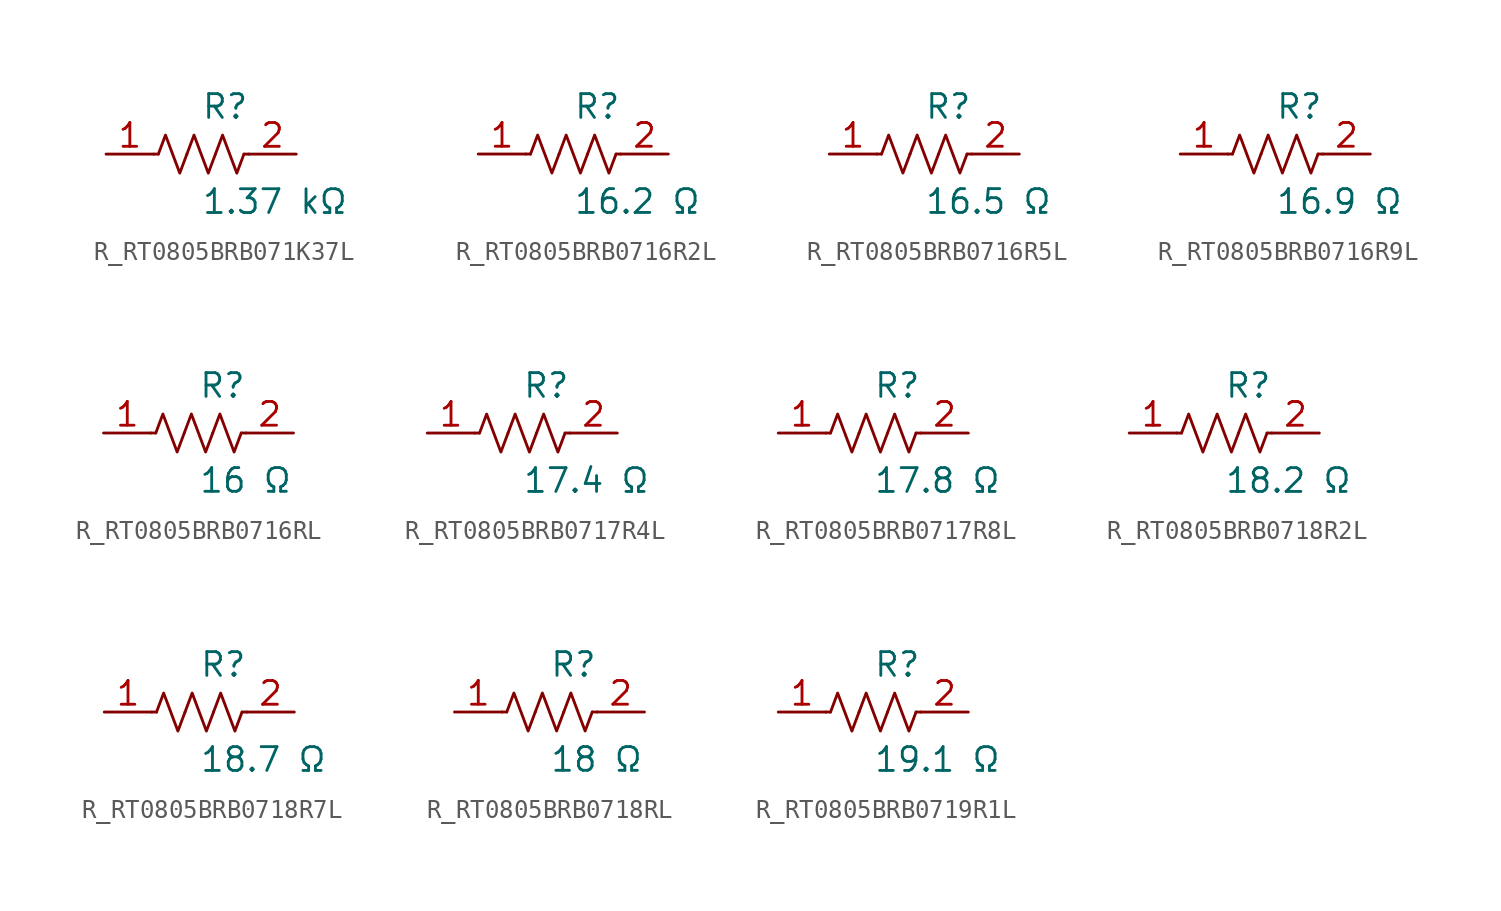
<source format=kicad_sym>
(kicad_symbol_lib
  (version 20231120)
  (generator kicad_symbol_editor)
  (generator_version 8.0)
  (symbol "R_RT0805BRB071K37L"
    (pin_names
      (offset 0.254))
    (property "Reference" "R"
      (at 0.0 2.54 0)
      (effects (font (size 1.27 1.27)) (justify left)))
    (property "Value" "1.37 kΩ"
      (at 0.0 -2.54 0)
      (effects (font (size 1.27 1.27)) (justify left)))
    (symbol "R_RT0805BRB071K37L_0_1"
      (polyline (pts (xy 2.286 0) (xy 2.54 0)) (stroke (width 0) (type default)) (fill (type none)))
      (polyline (pts (xy -2.286 0) (xy -2.54 0)) (stroke (width 0) (type default)) (fill (type none)))
      (polyline (pts (xy 0.762 0) (xy 1.143 1.016) (xy 1.524 0) (xy 1.905 -1.016) (xy 2.286 0)) (stroke (width 0) (type default)) (fill (type none)))
      (polyline (pts (xy -0.762 0) (xy -0.381 1.016) (xy 0 0) (xy 0.381 -1.016) (xy 0.762 0)) (stroke (width 0) (type default)) (fill (type none)))
      (polyline (pts (xy -2.286 0) (xy -1.905 1.016) (xy -1.524 0) (xy -1.143 -1.016) (xy -0.762 0)) (stroke (width 0) (type default)) (fill (type none))))
    (pin unspecified line
      (at -5.08 0 0)
      (length 2.54)
      (name "" (effects (font (size 1.27 1.27))))
      (number "1" (effects (font (size 1.27 1.27)))))
    (pin unspecified line
      (at 5.08 0 180)
      (length 2.54)
      (name "" (effects (font (size 1.27 1.27))))
      (number "2" (effects (font (size 1.27 1.27))))))
  (symbol "R_RT0805BRB0716R2L"
    (pin_names
      (offset 0.254))
    (property "Reference" "R"
      (at 0.0 2.54 0)
      (effects (font (size 1.27 1.27)) (justify left)))
    (property "Value" "16.2 Ω"
      (at 0.0 -2.54 0)
      (effects (font (size 1.27 1.27)) (justify left)))
    (symbol "R_RT0805BRB0716R2L_0_1"
      (polyline (pts (xy 2.286 0) (xy 2.54 0)) (stroke (width 0) (type default)) (fill (type none)))
      (polyline (pts (xy -2.286 0) (xy -2.54 0)) (stroke (width 0) (type default)) (fill (type none)))
      (polyline (pts (xy 0.762 0) (xy 1.143 1.016) (xy 1.524 0) (xy 1.905 -1.016) (xy 2.286 0)) (stroke (width 0) (type default)) (fill (type none)))
      (polyline (pts (xy -0.762 0) (xy -0.381 1.016) (xy 0 0) (xy 0.381 -1.016) (xy 0.762 0)) (stroke (width 0) (type default)) (fill (type none)))
      (polyline (pts (xy -2.286 0) (xy -1.905 1.016) (xy -1.524 0) (xy -1.143 -1.016) (xy -0.762 0)) (stroke (width 0) (type default)) (fill (type none))))
    (pin unspecified line
      (at -5.08 0 0)
      (length 2.54)
      (name "" (effects (font (size 1.27 1.27))))
      (number "1" (effects (font (size 1.27 1.27)))))
    (pin unspecified line
      (at 5.08 0 180)
      (length 2.54)
      (name "" (effects (font (size 1.27 1.27))))
      (number "2" (effects (font (size 1.27 1.27))))))
  (symbol "R_RT0805BRB0716R5L"
    (pin_names
      (offset 0.254))
    (property "Reference" "R"
      (at 0.0 2.54 0)
      (effects (font (size 1.27 1.27)) (justify left)))
    (property "Value" "16.5 Ω"
      (at 0.0 -2.54 0)
      (effects (font (size 1.27 1.27)) (justify left)))
    (symbol "R_RT0805BRB0716R5L_0_1"
      (polyline (pts (xy 2.286 0) (xy 2.54 0)) (stroke (width 0) (type default)) (fill (type none)))
      (polyline (pts (xy -2.286 0) (xy -2.54 0)) (stroke (width 0) (type default)) (fill (type none)))
      (polyline (pts (xy 0.762 0) (xy 1.143 1.016) (xy 1.524 0) (xy 1.905 -1.016) (xy 2.286 0)) (stroke (width 0) (type default)) (fill (type none)))
      (polyline (pts (xy -0.762 0) (xy -0.381 1.016) (xy 0 0) (xy 0.381 -1.016) (xy 0.762 0)) (stroke (width 0) (type default)) (fill (type none)))
      (polyline (pts (xy -2.286 0) (xy -1.905 1.016) (xy -1.524 0) (xy -1.143 -1.016) (xy -0.762 0)) (stroke (width 0) (type default)) (fill (type none))))
    (pin unspecified line
      (at -5.08 0 0)
      (length 2.54)
      (name "" (effects (font (size 1.27 1.27))))
      (number "1" (effects (font (size 1.27 1.27)))))
    (pin unspecified line
      (at 5.08 0 180)
      (length 2.54)
      (name "" (effects (font (size 1.27 1.27))))
      (number "2" (effects (font (size 1.27 1.27))))))
  (symbol "R_RT0805BRB0716R9L"
    (pin_names
      (offset 0.254))
    (property "Reference" "R"
      (at 0.0 2.54 0)
      (effects (font (size 1.27 1.27)) (justify left)))
    (property "Value" "16.9 Ω"
      (at 0.0 -2.54 0)
      (effects (font (size 1.27 1.27)) (justify left)))
    (symbol "R_RT0805BRB0716R9L_0_1"
      (polyline (pts (xy 2.286 0) (xy 2.54 0)) (stroke (width 0) (type default)) (fill (type none)))
      (polyline (pts (xy -2.286 0) (xy -2.54 0)) (stroke (width 0) (type default)) (fill (type none)))
      (polyline (pts (xy 0.762 0) (xy 1.143 1.016) (xy 1.524 0) (xy 1.905 -1.016) (xy 2.286 0)) (stroke (width 0) (type default)) (fill (type none)))
      (polyline (pts (xy -0.762 0) (xy -0.381 1.016) (xy 0 0) (xy 0.381 -1.016) (xy 0.762 0)) (stroke (width 0) (type default)) (fill (type none)))
      (polyline (pts (xy -2.286 0) (xy -1.905 1.016) (xy -1.524 0) (xy -1.143 -1.016) (xy -0.762 0)) (stroke (width 0) (type default)) (fill (type none))))
    (pin unspecified line
      (at -5.08 0 0)
      (length 2.54)
      (name "" (effects (font (size 1.27 1.27))))
      (number "1" (effects (font (size 1.27 1.27)))))
    (pin unspecified line
      (at 5.08 0 180)
      (length 2.54)
      (name "" (effects (font (size 1.27 1.27))))
      (number "2" (effects (font (size 1.27 1.27))))))
  (symbol "R_RT0805BRB0716RL"
    (pin_names
      (offset 0.254))
    (property "Reference" "R"
      (at 0.0 2.54 0)
      (effects (font (size 1.27 1.27)) (justify left)))
    (property "Value" "16 Ω"
      (at 0.0 -2.54 0)
      (effects (font (size 1.27 1.27)) (justify left)))
    (symbol "R_RT0805BRB0716RL_0_1"
      (polyline (pts (xy 2.286 0) (xy 2.54 0)) (stroke (width 0) (type default)) (fill (type none)))
      (polyline (pts (xy -2.286 0) (xy -2.54 0)) (stroke (width 0) (type default)) (fill (type none)))
      (polyline (pts (xy 0.762 0) (xy 1.143 1.016) (xy 1.524 0) (xy 1.905 -1.016) (xy 2.286 0)) (stroke (width 0) (type default)) (fill (type none)))
      (polyline (pts (xy -0.762 0) (xy -0.381 1.016) (xy 0 0) (xy 0.381 -1.016) (xy 0.762 0)) (stroke (width 0) (type default)) (fill (type none)))
      (polyline (pts (xy -2.286 0) (xy -1.905 1.016) (xy -1.524 0) (xy -1.143 -1.016) (xy -0.762 0)) (stroke (width 0) (type default)) (fill (type none))))
    (pin unspecified line
      (at -5.08 0 0)
      (length 2.54)
      (name "" (effects (font (size 1.27 1.27))))
      (number "1" (effects (font (size 1.27 1.27)))))
    (pin unspecified line
      (at 5.08 0 180)
      (length 2.54)
      (name "" (effects (font (size 1.27 1.27))))
      (number "2" (effects (font (size 1.27 1.27))))))
  (symbol "R_RT0805BRB0717R4L"
    (pin_names
      (offset 0.254))
    (property "Reference" "R"
      (at 0.0 2.54 0)
      (effects (font (size 1.27 1.27)) (justify left)))
    (property "Value" "17.4 Ω"
      (at 0.0 -2.54 0)
      (effects (font (size 1.27 1.27)) (justify left)))
    (symbol "R_RT0805BRB0717R4L_0_1"
      (polyline (pts (xy 2.286 0) (xy 2.54 0)) (stroke (width 0) (type default)) (fill (type none)))
      (polyline (pts (xy -2.286 0) (xy -2.54 0)) (stroke (width 0) (type default)) (fill (type none)))
      (polyline (pts (xy 0.762 0) (xy 1.143 1.016) (xy 1.524 0) (xy 1.905 -1.016) (xy 2.286 0)) (stroke (width 0) (type default)) (fill (type none)))
      (polyline (pts (xy -0.762 0) (xy -0.381 1.016) (xy 0 0) (xy 0.381 -1.016) (xy 0.762 0)) (stroke (width 0) (type default)) (fill (type none)))
      (polyline (pts (xy -2.286 0) (xy -1.905 1.016) (xy -1.524 0) (xy -1.143 -1.016) (xy -0.762 0)) (stroke (width 0) (type default)) (fill (type none))))
    (pin unspecified line
      (at -5.08 0 0)
      (length 2.54)
      (name "" (effects (font (size 1.27 1.27))))
      (number "1" (effects (font (size 1.27 1.27)))))
    (pin unspecified line
      (at 5.08 0 180)
      (length 2.54)
      (name "" (effects (font (size 1.27 1.27))))
      (number "2" (effects (font (size 1.27 1.27))))))
  (symbol "R_RT0805BRB0717R8L"
    (pin_names
      (offset 0.254))
    (property "Reference" "R"
      (at 0.0 2.54 0)
      (effects (font (size 1.27 1.27)) (justify left)))
    (property "Value" "17.8 Ω"
      (at 0.0 -2.54 0)
      (effects (font (size 1.27 1.27)) (justify left)))
    (symbol "R_RT0805BRB0717R8L_0_1"
      (polyline (pts (xy 2.286 0) (xy 2.54 0)) (stroke (width 0) (type default)) (fill (type none)))
      (polyline (pts (xy -2.286 0) (xy -2.54 0)) (stroke (width 0) (type default)) (fill (type none)))
      (polyline (pts (xy 0.762 0) (xy 1.143 1.016) (xy 1.524 0) (xy 1.905 -1.016) (xy 2.286 0)) (stroke (width 0) (type default)) (fill (type none)))
      (polyline (pts (xy -0.762 0) (xy -0.381 1.016) (xy 0 0) (xy 0.381 -1.016) (xy 0.762 0)) (stroke (width 0) (type default)) (fill (type none)))
      (polyline (pts (xy -2.286 0) (xy -1.905 1.016) (xy -1.524 0) (xy -1.143 -1.016) (xy -0.762 0)) (stroke (width 0) (type default)) (fill (type none))))
    (pin unspecified line
      (at -5.08 0 0)
      (length 2.54)
      (name "" (effects (font (size 1.27 1.27))))
      (number "1" (effects (font (size 1.27 1.27)))))
    (pin unspecified line
      (at 5.08 0 180)
      (length 2.54)
      (name "" (effects (font (size 1.27 1.27))))
      (number "2" (effects (font (size 1.27 1.27))))))
  (symbol "R_RT0805BRB0718R2L"
    (pin_names
      (offset 0.254))
    (property "Reference" "R"
      (at 0.0 2.54 0)
      (effects (font (size 1.27 1.27)) (justify left)))
    (property "Value" "18.2 Ω"
      (at 0.0 -2.54 0)
      (effects (font (size 1.27 1.27)) (justify left)))
    (symbol "R_RT0805BRB0718R2L_0_1"
      (polyline (pts (xy 2.286 0) (xy 2.54 0)) (stroke (width 0) (type default)) (fill (type none)))
      (polyline (pts (xy -2.286 0) (xy -2.54 0)) (stroke (width 0) (type default)) (fill (type none)))
      (polyline (pts (xy 0.762 0) (xy 1.143 1.016) (xy 1.524 0) (xy 1.905 -1.016) (xy 2.286 0)) (stroke (width 0) (type default)) (fill (type none)))
      (polyline (pts (xy -0.762 0) (xy -0.381 1.016) (xy 0 0) (xy 0.381 -1.016) (xy 0.762 0)) (stroke (width 0) (type default)) (fill (type none)))
      (polyline (pts (xy -2.286 0) (xy -1.905 1.016) (xy -1.524 0) (xy -1.143 -1.016) (xy -0.762 0)) (stroke (width 0) (type default)) (fill (type none))))
    (pin unspecified line
      (at -5.08 0 0)
      (length 2.54)
      (name "" (effects (font (size 1.27 1.27))))
      (number "1" (effects (font (size 1.27 1.27)))))
    (pin unspecified line
      (at 5.08 0 180)
      (length 2.54)
      (name "" (effects (font (size 1.27 1.27))))
      (number "2" (effects (font (size 1.27 1.27))))))
  (symbol "R_RT0805BRB0718R7L"
    (pin_names
      (offset 0.254))
    (property "Reference" "R"
      (at 0.0 2.54 0)
      (effects (font (size 1.27 1.27)) (justify left)))
    (property "Value" "18.7 Ω"
      (at 0.0 -2.54 0)
      (effects (font (size 1.27 1.27)) (justify left)))
    (symbol "R_RT0805BRB0718R7L_0_1"
      (polyline (pts (xy 2.286 0) (xy 2.54 0)) (stroke (width 0) (type default)) (fill (type none)))
      (polyline (pts (xy -2.286 0) (xy -2.54 0)) (stroke (width 0) (type default)) (fill (type none)))
      (polyline (pts (xy 0.762 0) (xy 1.143 1.016) (xy 1.524 0) (xy 1.905 -1.016) (xy 2.286 0)) (stroke (width 0) (type default)) (fill (type none)))
      (polyline (pts (xy -0.762 0) (xy -0.381 1.016) (xy 0 0) (xy 0.381 -1.016) (xy 0.762 0)) (stroke (width 0) (type default)) (fill (type none)))
      (polyline (pts (xy -2.286 0) (xy -1.905 1.016) (xy -1.524 0) (xy -1.143 -1.016) (xy -0.762 0)) (stroke (width 0) (type default)) (fill (type none))))
    (pin unspecified line
      (at -5.08 0 0)
      (length 2.54)
      (name "" (effects (font (size 1.27 1.27))))
      (number "1" (effects (font (size 1.27 1.27)))))
    (pin unspecified line
      (at 5.08 0 180)
      (length 2.54)
      (name "" (effects (font (size 1.27 1.27))))
      (number "2" (effects (font (size 1.27 1.27))))))
  (symbol "R_RT0805BRB0718RL"
    (pin_names
      (offset 0.254))
    (property "Reference" "R"
      (at 0.0 2.54 0)
      (effects (font (size 1.27 1.27)) (justify left)))
    (property "Value" "18 Ω"
      (at 0.0 -2.54 0)
      (effects (font (size 1.27 1.27)) (justify left)))
    (symbol "R_RT0805BRB0718RL_0_1"
      (polyline (pts (xy 2.286 0) (xy 2.54 0)) (stroke (width 0) (type default)) (fill (type none)))
      (polyline (pts (xy -2.286 0) (xy -2.54 0)) (stroke (width 0) (type default)) (fill (type none)))
      (polyline (pts (xy 0.762 0) (xy 1.143 1.016) (xy 1.524 0) (xy 1.905 -1.016) (xy 2.286 0)) (stroke (width 0) (type default)) (fill (type none)))
      (polyline (pts (xy -0.762 0) (xy -0.381 1.016) (xy 0 0) (xy 0.381 -1.016) (xy 0.762 0)) (stroke (width 0) (type default)) (fill (type none)))
      (polyline (pts (xy -2.286 0) (xy -1.905 1.016) (xy -1.524 0) (xy -1.143 -1.016) (xy -0.762 0)) (stroke (width 0) (type default)) (fill (type none))))
    (pin unspecified line
      (at -5.08 0 0)
      (length 2.54)
      (name "" (effects (font (size 1.27 1.27))))
      (number "1" (effects (font (size 1.27 1.27)))))
    (pin unspecified line
      (at 5.08 0 180)
      (length 2.54)
      (name "" (effects (font (size 1.27 1.27))))
      (number "2" (effects (font (size 1.27 1.27))))))
  (symbol "R_RT0805BRB0719R1L"
    (pin_names
      (offset 0.254))
    (property "Reference" "R"
      (at 0.0 2.54 0)
      (effects (font (size 1.27 1.27)) (justify left)))
    (property "Value" "19.1 Ω"
      (at 0.0 -2.54 0)
      (effects (font (size 1.27 1.27)) (justify left)))
    (symbol "R_RT0805BRB0719R1L_0_1"
      (polyline (pts (xy 2.286 0) (xy 2.54 0)) (stroke (width 0) (type default)) (fill (type none)))
      (polyline (pts (xy -2.286 0) (xy -2.54 0)) (stroke (width 0) (type default)) (fill (type none)))
      (polyline (pts (xy 0.762 0) (xy 1.143 1.016) (xy 1.524 0) (xy 1.905 -1.016) (xy 2.286 0)) (stroke (width 0) (type default)) (fill (type none)))
      (polyline (pts (xy -0.762 0) (xy -0.381 1.016) (xy 0 0) (xy 0.381 -1.016) (xy 0.762 0)) (stroke (width 0) (type default)) (fill (type none)))
      (polyline (pts (xy -2.286 0) (xy -1.905 1.016) (xy -1.524 0) (xy -1.143 -1.016) (xy -0.762 0)) (stroke (width 0) (type default)) (fill (type none))))
    (pin unspecified line
      (at -5.08 0 0)
      (length 2.54)
      (name "" (effects (font (size 1.27 1.27))))
      (number "1" (effects (font (size 1.27 1.27)))))
    (pin unspecified line
      (at 5.08 0 180)
      (length 2.54)
      (name "" (effects (font (size 1.27 1.27))))
      (number "2" (effects (font (size 1.27 1.27)))))))
</source>
